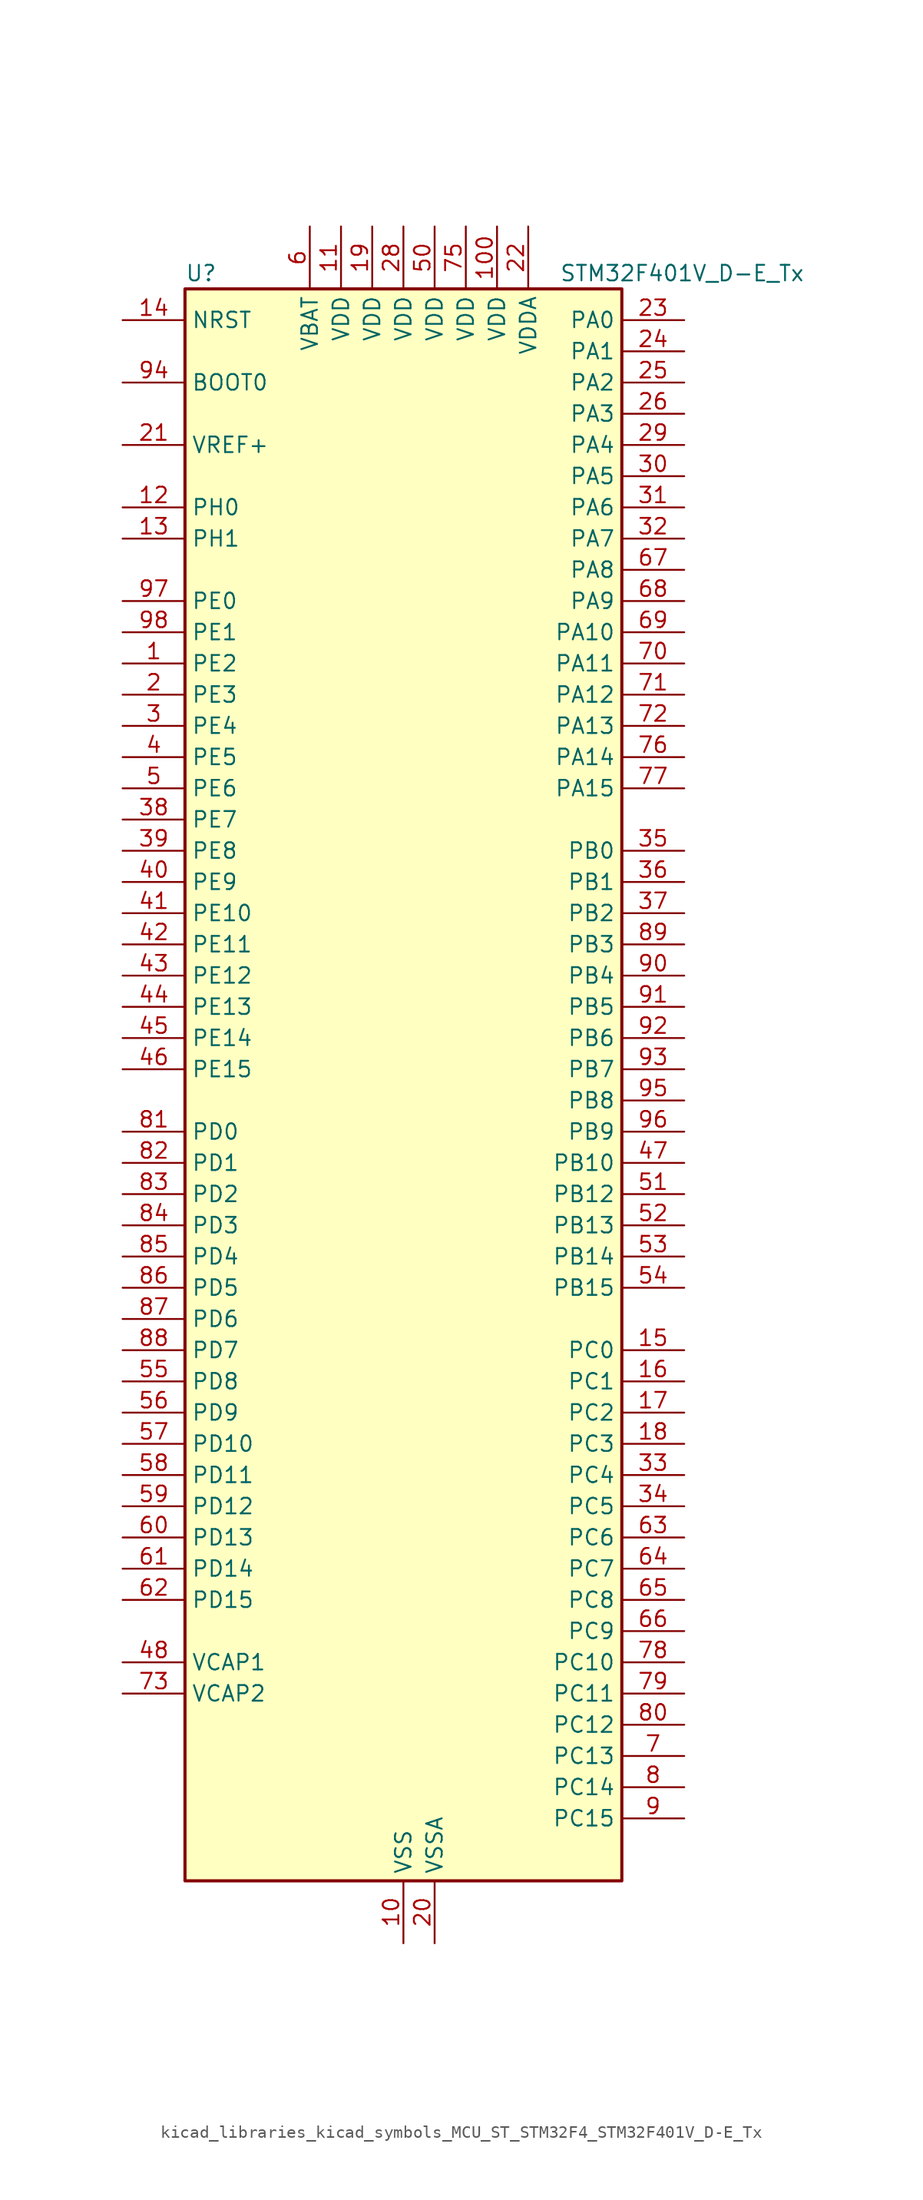
<source format=kicad_sym>
(kicad_symbol_lib
  (version 20220914)
  (generator kicad_symbol_editor)
  (symbol "kicad_libraries_kicad_symbols_MCU_ST_STM32F4_STM32F401V_D-E_Tx"
    (property "Reference" "U"
      (at -17.78 67.31 0)
      (effects (font (size 1.27 1.27)) (justify left)))
    (property "Value" "STM32F401V_D-E_Tx"
      (at 12.7 67.31 0)
      (effects (font (size 1.27 1.27)) (justify left)))
    (property "ki_locked" ""
      (at 0 0 0)
      (effects (font (size 1.27 1.27))))
    (symbol "kicad_libraries_kicad_symbols_MCU_ST_STM32F4_STM32F401V_D-E_Tx_0_1"
      (rectangle (start -17.78 -63.5) (end 17.78 66.04) (stroke (width 0.254) (type default)) (fill (type background))))
    (symbol "kicad_libraries_kicad_symbols_MCU_ST_STM32F4_STM32F401V_D-E_Tx_1_1"
      (pin bidirectional line (at -22.86 35.56 0) (length 5.08) (name "PE2" (effects (font (size 1.27 1.27)))) (number "1" (effects (font (size 1.27 1.27)))) (alternate "SPI4_SCK" bidirectional line) (alternate "SYS_TRACECLK" bidirectional line))
      (pin power_in line (at 0 -68.58 90) (length 5.08) (name "VSS" (effects (font (size 1.27 1.27)))) (number "10" (effects (font (size 1.27 1.27)))))
      (pin power_in line (at 7.62 71.12 270) (length 5.08) (name "VDD" (effects (font (size 1.27 1.27)))) (number "100" (effects (font (size 1.27 1.27)))))
      (pin power_in line (at -5.08 71.12 270) (length 5.08) (name "VDD" (effects (font (size 1.27 1.27)))) (number "11" (effects (font (size 1.27 1.27)))))
      (pin bidirectional line (at -22.86 48.26 0) (length 5.08) (name "PH0" (effects (font (size 1.27 1.27)))) (number "12" (effects (font (size 1.27 1.27)))) (alternate "RCC_OSC_IN" bidirectional line))
      (pin bidirectional line (at -22.86 45.72 0) (length 5.08) (name "PH1" (effects (font (size 1.27 1.27)))) (number "13" (effects (font (size 1.27 1.27)))) (alternate "RCC_OSC_OUT" bidirectional line))
      (pin input line (at -22.86 63.5 0) (length 5.08) (name "NRST" (effects (font (size 1.27 1.27)))) (number "14" (effects (font (size 1.27 1.27)))))
      (pin bidirectional line (at 22.86 -20.32 180) (length 5.08) (name "PC0" (effects (font (size 1.27 1.27)))) (number "15" (effects (font (size 1.27 1.27)))) (alternate "ADC1_IN10" bidirectional line))
      (pin bidirectional line (at 22.86 -22.86 180) (length 5.08) (name "PC1" (effects (font (size 1.27 1.27)))) (number "16" (effects (font (size 1.27 1.27)))) (alternate "ADC1_IN11" bidirectional line))
      (pin bidirectional line (at 22.86 -25.4 180) (length 5.08) (name "PC2" (effects (font (size 1.27 1.27)))) (number "17" (effects (font (size 1.27 1.27)))) (alternate "ADC1_IN12" bidirectional line) (alternate "I2S2_ext_SD" bidirectional line) (alternate "SPI2_MISO" bidirectional line))
      (pin bidirectional line (at 22.86 -27.94 180) (length 5.08) (name "PC3" (effects (font (size 1.27 1.27)))) (number "18" (effects (font (size 1.27 1.27)))) (alternate "ADC1_IN13" bidirectional line) (alternate "I2S2_SD" bidirectional line) (alternate "SPI2_MOSI" bidirectional line))
      (pin power_in line (at -2.54 71.12 270) (length 5.08) (name "VDD" (effects (font (size 1.27 1.27)))) (number "19" (effects (font (size 1.27 1.27)))))
      (pin bidirectional line (at -22.86 33.02 0) (length 5.08) (name "PE3" (effects (font (size 1.27 1.27)))) (number "2" (effects (font (size 1.27 1.27)))) (alternate "SYS_TRACED0" bidirectional line))
      (pin power_in line (at 2.54 -68.58 90) (length 5.08) (name "VSSA" (effects (font (size 1.27 1.27)))) (number "20" (effects (font (size 1.27 1.27)))))
      (pin input line (at -22.86 53.34 0) (length 5.08) (name "VREF+" (effects (font (size 1.27 1.27)))) (number "21" (effects (font (size 1.27 1.27)))))
      (pin power_in line (at 10.16 71.12 270) (length 5.08) (name "VDDA" (effects (font (size 1.27 1.27)))) (number "22" (effects (font (size 1.27 1.27)))))
      (pin bidirectional line (at 22.86 63.5 180) (length 5.08) (name "PA0" (effects (font (size 1.27 1.27)))) (number "23" (effects (font (size 1.27 1.27)))) (alternate "ADC1_IN0" bidirectional line) (alternate "SYS_WKUP" bidirectional line) (alternate "TIM2_CH1" bidirectional line) (alternate "TIM2_ETR" bidirectional line) (alternate "TIM5_CH1" bidirectional line) (alternate "USART2_CTS" bidirectional line))
      (pin bidirectional line (at 22.86 60.96 180) (length 5.08) (name "PA1" (effects (font (size 1.27 1.27)))) (number "24" (effects (font (size 1.27 1.27)))) (alternate "ADC1_IN1" bidirectional line) (alternate "TIM2_CH2" bidirectional line) (alternate "TIM5_CH2" bidirectional line) (alternate "USART2_RTS" bidirectional line))
      (pin bidirectional line (at 22.86 58.42 180) (length 5.08) (name "PA2" (effects (font (size 1.27 1.27)))) (number "25" (effects (font (size 1.27 1.27)))) (alternate "ADC1_IN2" bidirectional line) (alternate "TIM2_CH3" bidirectional line) (alternate "TIM5_CH3" bidirectional line) (alternate "TIM9_CH1" bidirectional line) (alternate "USART2_TX" bidirectional line))
      (pin bidirectional line (at 22.86 55.88 180) (length 5.08) (name "PA3" (effects (font (size 1.27 1.27)))) (number "26" (effects (font (size 1.27 1.27)))) (alternate "ADC1_IN3" bidirectional line) (alternate "TIM2_CH4" bidirectional line) (alternate "TIM5_CH4" bidirectional line) (alternate "TIM9_CH2" bidirectional line) (alternate "USART2_RX" bidirectional line))
      (pin passive line (at 0 -68.58 90) (length 5.08) hide (name "VSS" (effects (font (size 1.27 1.27)))) (number "27" (effects (font (size 1.27 1.27)))))
      (pin power_in line (at 0 71.12 270) (length 5.08) (name "VDD" (effects (font (size 1.27 1.27)))) (number "28" (effects (font (size 1.27 1.27)))))
      (pin bidirectional line (at 22.86 53.34 180) (length 5.08) (name "PA4" (effects (font (size 1.27 1.27)))) (number "29" (effects (font (size 1.27 1.27)))) (alternate "ADC1_IN4" bidirectional line) (alternate "I2S3_WS" bidirectional line) (alternate "SPI1_NSS" bidirectional line) (alternate "SPI3_NSS" bidirectional line) (alternate "USART2_CK" bidirectional line))
      (pin bidirectional line (at -22.86 30.48 0) (length 5.08) (name "PE4" (effects (font (size 1.27 1.27)))) (number "3" (effects (font (size 1.27 1.27)))) (alternate "SPI4_NSS" bidirectional line) (alternate "SYS_TRACED1" bidirectional line))
      (pin bidirectional line (at 22.86 50.8 180) (length 5.08) (name "PA5" (effects (font (size 1.27 1.27)))) (number "30" (effects (font (size 1.27 1.27)))) (alternate "ADC1_IN5" bidirectional line) (alternate "SPI1_SCK" bidirectional line) (alternate "TIM2_CH1" bidirectional line) (alternate "TIM2_ETR" bidirectional line))
      (pin bidirectional line (at 22.86 48.26 180) (length 5.08) (name "PA6" (effects (font (size 1.27 1.27)))) (number "31" (effects (font (size 1.27 1.27)))) (alternate "ADC1_IN6" bidirectional line) (alternate "SPI1_MISO" bidirectional line) (alternate "TIM1_BKIN" bidirectional line) (alternate "TIM3_CH1" bidirectional line))
      (pin bidirectional line (at 22.86 45.72 180) (length 5.08) (name "PA7" (effects (font (size 1.27 1.27)))) (number "32" (effects (font (size 1.27 1.27)))) (alternate "ADC1_IN7" bidirectional line) (alternate "SPI1_MOSI" bidirectional line) (alternate "TIM1_CH1N" bidirectional line) (alternate "TIM3_CH2" bidirectional line))
      (pin bidirectional line (at 22.86 -30.48 180) (length 5.08) (name "PC4" (effects (font (size 1.27 1.27)))) (number "33" (effects (font (size 1.27 1.27)))) (alternate "ADC1_IN14" bidirectional line))
      (pin bidirectional line (at 22.86 -33.02 180) (length 5.08) (name "PC5" (effects (font (size 1.27 1.27)))) (number "34" (effects (font (size 1.27 1.27)))) (alternate "ADC1_IN15" bidirectional line))
      (pin bidirectional line (at 22.86 20.32 180) (length 5.08) (name "PB0" (effects (font (size 1.27 1.27)))) (number "35" (effects (font (size 1.27 1.27)))) (alternate "ADC1_IN8" bidirectional line) (alternate "TIM1_CH2N" bidirectional line) (alternate "TIM3_CH3" bidirectional line))
      (pin bidirectional line (at 22.86 17.78 180) (length 5.08) (name "PB1" (effects (font (size 1.27 1.27)))) (number "36" (effects (font (size 1.27 1.27)))) (alternate "ADC1_IN9" bidirectional line) (alternate "TIM1_CH3N" bidirectional line) (alternate "TIM3_CH4" bidirectional line))
      (pin bidirectional line (at 22.86 15.24 180) (length 5.08) (name "PB2" (effects (font (size 1.27 1.27)))) (number "37" (effects (font (size 1.27 1.27)))))
      (pin bidirectional line (at -22.86 22.86 0) (length 5.08) (name "PE7" (effects (font (size 1.27 1.27)))) (number "38" (effects (font (size 1.27 1.27)))) (alternate "TIM1_ETR" bidirectional line))
      (pin bidirectional line (at -22.86 20.32 0) (length 5.08) (name "PE8" (effects (font (size 1.27 1.27)))) (number "39" (effects (font (size 1.27 1.27)))) (alternate "TIM1_CH1N" bidirectional line))
      (pin bidirectional line (at -22.86 27.94 0) (length 5.08) (name "PE5" (effects (font (size 1.27 1.27)))) (number "4" (effects (font (size 1.27 1.27)))) (alternate "SPI4_MISO" bidirectional line) (alternate "SYS_TRACED2" bidirectional line) (alternate "TIM9_CH1" bidirectional line))
      (pin bidirectional line (at -22.86 17.78 0) (length 5.08) (name "PE9" (effects (font (size 1.27 1.27)))) (number "40" (effects (font (size 1.27 1.27)))) (alternate "TIM1_CH1" bidirectional line))
      (pin bidirectional line (at -22.86 15.24 0) (length 5.08) (name "PE10" (effects (font (size 1.27 1.27)))) (number "41" (effects (font (size 1.27 1.27)))) (alternate "TIM1_CH2N" bidirectional line))
      (pin bidirectional line (at -22.86 12.7 0) (length 5.08) (name "PE11" (effects (font (size 1.27 1.27)))) (number "42" (effects (font (size 1.27 1.27)))) (alternate "ADC1_EXTI11" bidirectional line) (alternate "SPI4_NSS" bidirectional line) (alternate "TIM1_CH2" bidirectional line))
      (pin bidirectional line (at -22.86 10.16 0) (length 5.08) (name "PE12" (effects (font (size 1.27 1.27)))) (number "43" (effects (font (size 1.27 1.27)))) (alternate "SPI4_SCK" bidirectional line) (alternate "TIM1_CH3N" bidirectional line))
      (pin bidirectional line (at -22.86 7.62 0) (length 5.08) (name "PE13" (effects (font (size 1.27 1.27)))) (number "44" (effects (font (size 1.27 1.27)))) (alternate "SPI4_MISO" bidirectional line) (alternate "TIM1_CH3" bidirectional line))
      (pin bidirectional line (at -22.86 5.08 0) (length 5.08) (name "PE14" (effects (font (size 1.27 1.27)))) (number "45" (effects (font (size 1.27 1.27)))) (alternate "SPI4_MOSI" bidirectional line) (alternate "TIM1_CH4" bidirectional line))
      (pin bidirectional line (at -22.86 2.54 0) (length 5.08) (name "PE15" (effects (font (size 1.27 1.27)))) (number "46" (effects (font (size 1.27 1.27)))) (alternate "ADC1_EXTI15" bidirectional line) (alternate "TIM1_BKIN" bidirectional line))
      (pin bidirectional line (at 22.86 -5.08 180) (length 5.08) (name "PB10" (effects (font (size 1.27 1.27)))) (number "47" (effects (font (size 1.27 1.27)))) (alternate "I2C2_SCL" bidirectional line) (alternate "I2S2_CK" bidirectional line) (alternate "SPI2_SCK" bidirectional line) (alternate "TIM2_CH3" bidirectional line))
      (pin power_out line (at -22.86 -45.72 0) (length 5.08) (name "VCAP1" (effects (font (size 1.27 1.27)))) (number "48" (effects (font (size 1.27 1.27)))))
      (pin passive line (at 0 -68.58 90) (length 5.08) hide (name "VSS" (effects (font (size 1.27 1.27)))) (number "49" (effects (font (size 1.27 1.27)))))
      (pin bidirectional line (at -22.86 25.4 0) (length 5.08) (name "PE6" (effects (font (size 1.27 1.27)))) (number "5" (effects (font (size 1.27 1.27)))) (alternate "SPI4_MOSI" bidirectional line) (alternate "SYS_TRACED3" bidirectional line) (alternate "TIM9_CH2" bidirectional line))
      (pin power_in line (at 2.54 71.12 270) (length 5.08) (name "VDD" (effects (font (size 1.27 1.27)))) (number "50" (effects (font (size 1.27 1.27)))))
      (pin bidirectional line (at 22.86 -7.62 180) (length 5.08) (name "PB12" (effects (font (size 1.27 1.27)))) (number "51" (effects (font (size 1.27 1.27)))) (alternate "I2C2_SMBA" bidirectional line) (alternate "I2S2_WS" bidirectional line) (alternate "SPI2_NSS" bidirectional line) (alternate "TIM1_BKIN" bidirectional line))
      (pin bidirectional line (at 22.86 -10.16 180) (length 5.08) (name "PB13" (effects (font (size 1.27 1.27)))) (number "52" (effects (font (size 1.27 1.27)))) (alternate "I2S2_CK" bidirectional line) (alternate "SPI2_SCK" bidirectional line) (alternate "TIM1_CH1N" bidirectional line))
      (pin bidirectional line (at 22.86 -12.7 180) (length 5.08) (name "PB14" (effects (font (size 1.27 1.27)))) (number "53" (effects (font (size 1.27 1.27)))) (alternate "I2S2_ext_SD" bidirectional line) (alternate "SPI2_MISO" bidirectional line) (alternate "TIM1_CH2N" bidirectional line))
      (pin bidirectional line (at 22.86 -15.24 180) (length 5.08) (name "PB15" (effects (font (size 1.27 1.27)))) (number "54" (effects (font (size 1.27 1.27)))) (alternate "ADC1_EXTI15" bidirectional line) (alternate "I2S2_SD" bidirectional line) (alternate "RTC_REFIN" bidirectional line) (alternate "SPI2_MOSI" bidirectional line) (alternate "TIM1_CH3N" bidirectional line))
      (pin bidirectional line (at -22.86 -22.86 0) (length 5.08) (name "PD8" (effects (font (size 1.27 1.27)))) (number "55" (effects (font (size 1.27 1.27)))))
      (pin bidirectional line (at -22.86 -25.4 0) (length 5.08) (name "PD9" (effects (font (size 1.27 1.27)))) (number "56" (effects (font (size 1.27 1.27)))))
      (pin bidirectional line (at -22.86 -27.94 0) (length 5.08) (name "PD10" (effects (font (size 1.27 1.27)))) (number "57" (effects (font (size 1.27 1.27)))))
      (pin bidirectional line (at -22.86 -30.48 0) (length 5.08) (name "PD11" (effects (font (size 1.27 1.27)))) (number "58" (effects (font (size 1.27 1.27)))) (alternate "ADC1_EXTI11" bidirectional line))
      (pin bidirectional line (at -22.86 -33.02 0) (length 5.08) (name "PD12" (effects (font (size 1.27 1.27)))) (number "59" (effects (font (size 1.27 1.27)))) (alternate "TIM4_CH1" bidirectional line))
      (pin power_in line (at -7.62 71.12 270) (length 5.08) (name "VBAT" (effects (font (size 1.27 1.27)))) (number "6" (effects (font (size 1.27 1.27)))))
      (pin bidirectional line (at -22.86 -35.56 0) (length 5.08) (name "PD13" (effects (font (size 1.27 1.27)))) (number "60" (effects (font (size 1.27 1.27)))) (alternate "TIM4_CH2" bidirectional line))
      (pin bidirectional line (at -22.86 -38.1 0) (length 5.08) (name "PD14" (effects (font (size 1.27 1.27)))) (number "61" (effects (font (size 1.27 1.27)))) (alternate "TIM4_CH3" bidirectional line))
      (pin bidirectional line (at -22.86 -40.64 0) (length 5.08) (name "PD15" (effects (font (size 1.27 1.27)))) (number "62" (effects (font (size 1.27 1.27)))) (alternate "ADC1_EXTI15" bidirectional line) (alternate "TIM4_CH4" bidirectional line))
      (pin bidirectional line (at 22.86 -35.56 180) (length 5.08) (name "PC6" (effects (font (size 1.27 1.27)))) (number "63" (effects (font (size 1.27 1.27)))) (alternate "I2S2_MCK" bidirectional line) (alternate "SDIO_D6" bidirectional line) (alternate "TIM3_CH1" bidirectional line) (alternate "USART6_TX" bidirectional line))
      (pin bidirectional line (at 22.86 -38.1 180) (length 5.08) (name "PC7" (effects (font (size 1.27 1.27)))) (number "64" (effects (font (size 1.27 1.27)))) (alternate "I2S3_MCK" bidirectional line) (alternate "SDIO_D7" bidirectional line) (alternate "TIM3_CH2" bidirectional line) (alternate "USART6_RX" bidirectional line))
      (pin bidirectional line (at 22.86 -40.64 180) (length 5.08) (name "PC8" (effects (font (size 1.27 1.27)))) (number "65" (effects (font (size 1.27 1.27)))) (alternate "SDIO_D0" bidirectional line) (alternate "TIM3_CH3" bidirectional line) (alternate "USART6_CK" bidirectional line))
      (pin bidirectional line (at 22.86 -43.18 180) (length 5.08) (name "PC9" (effects (font (size 1.27 1.27)))) (number "66" (effects (font (size 1.27 1.27)))) (alternate "I2C3_SDA" bidirectional line) (alternate "I2S_CKIN" bidirectional line) (alternate "RCC_MCO_2" bidirectional line) (alternate "SDIO_D1" bidirectional line) (alternate "TIM3_CH4" bidirectional line))
      (pin bidirectional line (at 22.86 43.18 180) (length 5.08) (name "PA8" (effects (font (size 1.27 1.27)))) (number "67" (effects (font (size 1.27 1.27)))) (alternate "I2C3_SCL" bidirectional line) (alternate "RCC_MCO_1" bidirectional line) (alternate "TIM1_CH1" bidirectional line) (alternate "USART1_CK" bidirectional line) (alternate "USB_OTG_FS_SOF" bidirectional line))
      (pin bidirectional line (at 22.86 40.64 180) (length 5.08) (name "PA9" (effects (font (size 1.27 1.27)))) (number "68" (effects (font (size 1.27 1.27)))) (alternate "I2C3_SMBA" bidirectional line) (alternate "TIM1_CH2" bidirectional line) (alternate "USART1_TX" bidirectional line) (alternate "USB_OTG_FS_VBUS" bidirectional line))
      (pin bidirectional line (at 22.86 38.1 180) (length 5.08) (name "PA10" (effects (font (size 1.27 1.27)))) (number "69" (effects (font (size 1.27 1.27)))) (alternate "TIM1_CH3" bidirectional line) (alternate "USART1_RX" bidirectional line) (alternate "USB_OTG_FS_ID" bidirectional line))
      (pin bidirectional line (at 22.86 -53.34 180) (length 5.08) (name "PC13" (effects (font (size 1.27 1.27)))) (number "7" (effects (font (size 1.27 1.27)))) (alternate "RTC_AF1" bidirectional line))
      (pin bidirectional line (at 22.86 35.56 180) (length 5.08) (name "PA11" (effects (font (size 1.27 1.27)))) (number "70" (effects (font (size 1.27 1.27)))) (alternate "ADC1_EXTI11" bidirectional line) (alternate "TIM1_CH4" bidirectional line) (alternate "USART1_CTS" bidirectional line) (alternate "USART6_TX" bidirectional line) (alternate "USB_OTG_FS_DM" bidirectional line))
      (pin bidirectional line (at 22.86 33.02 180) (length 5.08) (name "PA12" (effects (font (size 1.27 1.27)))) (number "71" (effects (font (size 1.27 1.27)))) (alternate "TIM1_ETR" bidirectional line) (alternate "USART1_RTS" bidirectional line) (alternate "USART6_RX" bidirectional line) (alternate "USB_OTG_FS_DP" bidirectional line))
      (pin bidirectional line (at 22.86 30.48 180) (length 5.08) (name "PA13" (effects (font (size 1.27 1.27)))) (number "72" (effects (font (size 1.27 1.27)))) (alternate "SYS_JTMS-SWDIO" bidirectional line))
      (pin power_out line (at -22.86 -48.26 0) (length 5.08) (name "VCAP2" (effects (font (size 1.27 1.27)))) (number "73" (effects (font (size 1.27 1.27)))))
      (pin passive line (at 0 -68.58 90) (length 5.08) hide (name "VSS" (effects (font (size 1.27 1.27)))) (number "74" (effects (font (size 1.27 1.27)))))
      (pin power_in line (at 5.08 71.12 270) (length 5.08) (name "VDD" (effects (font (size 1.27 1.27)))) (number "75" (effects (font (size 1.27 1.27)))))
      (pin bidirectional line (at 22.86 27.94 180) (length 5.08) (name "PA14" (effects (font (size 1.27 1.27)))) (number "76" (effects (font (size 1.27 1.27)))) (alternate "SYS_JTCK-SWCLK" bidirectional line))
      (pin bidirectional line (at 22.86 25.4 180) (length 5.08) (name "PA15" (effects (font (size 1.27 1.27)))) (number "77" (effects (font (size 1.27 1.27)))) (alternate "ADC1_EXTI15" bidirectional line) (alternate "I2S3_WS" bidirectional line) (alternate "SPI1_NSS" bidirectional line) (alternate "SPI3_NSS" bidirectional line) (alternate "SYS_JTDI" bidirectional line) (alternate "TIM2_CH1" bidirectional line) (alternate "TIM2_ETR" bidirectional line))
      (pin bidirectional line (at 22.86 -45.72 180) (length 5.08) (name "PC10" (effects (font (size 1.27 1.27)))) (number "78" (effects (font (size 1.27 1.27)))) (alternate "I2S3_CK" bidirectional line) (alternate "SDIO_D2" bidirectional line) (alternate "SPI3_SCK" bidirectional line))
      (pin bidirectional line (at 22.86 -48.26 180) (length 5.08) (name "PC11" (effects (font (size 1.27 1.27)))) (number "79" (effects (font (size 1.27 1.27)))) (alternate "ADC1_EXTI11" bidirectional line) (alternate "I2S3_ext_SD" bidirectional line) (alternate "SDIO_D3" bidirectional line) (alternate "SPI3_MISO" bidirectional line))
      (pin bidirectional line (at 22.86 -55.88 180) (length 5.08) (name "PC14" (effects (font (size 1.27 1.27)))) (number "8" (effects (font (size 1.27 1.27)))) (alternate "RCC_OSC32_IN" bidirectional line))
      (pin bidirectional line (at 22.86 -50.8 180) (length 5.08) (name "PC12" (effects (font (size 1.27 1.27)))) (number "80" (effects (font (size 1.27 1.27)))) (alternate "I2S3_SD" bidirectional line) (alternate "SDIO_CK" bidirectional line) (alternate "SPI3_MOSI" bidirectional line))
      (pin bidirectional line (at -22.86 -2.54 0) (length 5.08) (name "PD0" (effects (font (size 1.27 1.27)))) (number "81" (effects (font (size 1.27 1.27)))))
      (pin bidirectional line (at -22.86 -5.08 0) (length 5.08) (name "PD1" (effects (font (size 1.27 1.27)))) (number "82" (effects (font (size 1.27 1.27)))))
      (pin bidirectional line (at -22.86 -7.62 0) (length 5.08) (name "PD2" (effects (font (size 1.27 1.27)))) (number "83" (effects (font (size 1.27 1.27)))) (alternate "SDIO_CMD" bidirectional line) (alternate "TIM3_ETR" bidirectional line))
      (pin bidirectional line (at -22.86 -10.16 0) (length 5.08) (name "PD3" (effects (font (size 1.27 1.27)))) (number "84" (effects (font (size 1.27 1.27)))) (alternate "I2S2_CK" bidirectional line) (alternate "SPI2_SCK" bidirectional line) (alternate "USART2_CTS" bidirectional line))
      (pin bidirectional line (at -22.86 -12.7 0) (length 5.08) (name "PD4" (effects (font (size 1.27 1.27)))) (number "85" (effects (font (size 1.27 1.27)))) (alternate "USART2_RTS" bidirectional line))
      (pin bidirectional line (at -22.86 -15.24 0) (length 5.08) (name "PD5" (effects (font (size 1.27 1.27)))) (number "86" (effects (font (size 1.27 1.27)))) (alternate "USART2_TX" bidirectional line))
      (pin bidirectional line (at -22.86 -17.78 0) (length 5.08) (name "PD6" (effects (font (size 1.27 1.27)))) (number "87" (effects (font (size 1.27 1.27)))) (alternate "I2S3_SD" bidirectional line) (alternate "SPI3_MOSI" bidirectional line) (alternate "USART2_RX" bidirectional line))
      (pin bidirectional line (at -22.86 -20.32 0) (length 5.08) (name "PD7" (effects (font (size 1.27 1.27)))) (number "88" (effects (font (size 1.27 1.27)))) (alternate "USART2_CK" bidirectional line))
      (pin bidirectional line (at 22.86 12.7 180) (length 5.08) (name "PB3" (effects (font (size 1.27 1.27)))) (number "89" (effects (font (size 1.27 1.27)))) (alternate "I2C2_SDA" bidirectional line) (alternate "I2S3_CK" bidirectional line) (alternate "SPI1_SCK" bidirectional line) (alternate "SPI3_SCK" bidirectional line) (alternate "SYS_JTDO-SWO" bidirectional line) (alternate "TIM2_CH2" bidirectional line))
      (pin bidirectional line (at 22.86 -58.42 180) (length 5.08) (name "PC15" (effects (font (size 1.27 1.27)))) (number "9" (effects (font (size 1.27 1.27)))) (alternate "ADC1_EXTI15" bidirectional line) (alternate "RCC_OSC32_OUT" bidirectional line))
      (pin bidirectional line (at 22.86 10.16 180) (length 5.08) (name "PB4" (effects (font (size 1.27 1.27)))) (number "90" (effects (font (size 1.27 1.27)))) (alternate "I2C3_SDA" bidirectional line) (alternate "I2S3_ext_SD" bidirectional line) (alternate "SPI1_MISO" bidirectional line) (alternate "SPI3_MISO" bidirectional line) (alternate "SYS_JTRST" bidirectional line) (alternate "TIM3_CH1" bidirectional line))
      (pin bidirectional line (at 22.86 7.62 180) (length 5.08) (name "PB5" (effects (font (size 1.27 1.27)))) (number "91" (effects (font (size 1.27 1.27)))) (alternate "I2C1_SMBA" bidirectional line) (alternate "I2S3_SD" bidirectional line) (alternate "SPI1_MOSI" bidirectional line) (alternate "SPI3_MOSI" bidirectional line) (alternate "TIM3_CH2" bidirectional line))
      (pin bidirectional line (at 22.86 5.08 180) (length 5.08) (name "PB6" (effects (font (size 1.27 1.27)))) (number "92" (effects (font (size 1.27 1.27)))) (alternate "I2C1_SCL" bidirectional line) (alternate "TIM4_CH1" bidirectional line) (alternate "USART1_TX" bidirectional line))
      (pin bidirectional line (at 22.86 2.54 180) (length 5.08) (name "PB7" (effects (font (size 1.27 1.27)))) (number "93" (effects (font (size 1.27 1.27)))) (alternate "I2C1_SDA" bidirectional line) (alternate "TIM4_CH2" bidirectional line) (alternate "USART1_RX" bidirectional line))
      (pin input line (at -22.86 58.42 0) (length 5.08) (name "BOOT0" (effects (font (size 1.27 1.27)))) (number "94" (effects (font (size 1.27 1.27)))))
      (pin bidirectional line (at 22.86 0 180) (length 5.08) (name "PB8" (effects (font (size 1.27 1.27)))) (number "95" (effects (font (size 1.27 1.27)))) (alternate "I2C1_SCL" bidirectional line) (alternate "SDIO_D4" bidirectional line) (alternate "TIM10_CH1" bidirectional line) (alternate "TIM4_CH3" bidirectional line))
      (pin bidirectional line (at 22.86 -2.54 180) (length 5.08) (name "PB9" (effects (font (size 1.27 1.27)))) (number "96" (effects (font (size 1.27 1.27)))) (alternate "I2C1_SDA" bidirectional line) (alternate "I2S2_WS" bidirectional line) (alternate "SDIO_D5" bidirectional line) (alternate "SPI2_NSS" bidirectional line) (alternate "TIM11_CH1" bidirectional line) (alternate "TIM4_CH4" bidirectional line))
      (pin bidirectional line (at -22.86 40.64 0) (length 5.08) (name "PE0" (effects (font (size 1.27 1.27)))) (number "97" (effects (font (size 1.27 1.27)))) (alternate "TIM4_ETR" bidirectional line))
      (pin bidirectional line (at -22.86 38.1 0) (length 5.08) (name "PE1" (effects (font (size 1.27 1.27)))) (number "98" (effects (font (size 1.27 1.27)))))
      (pin passive line (at 0 -68.58 90) (length 5.08) hide (name "VSS" (effects (font (size 1.27 1.27)))) (number "99" (effects (font (size 1.27 1.27))))))))
</source>
